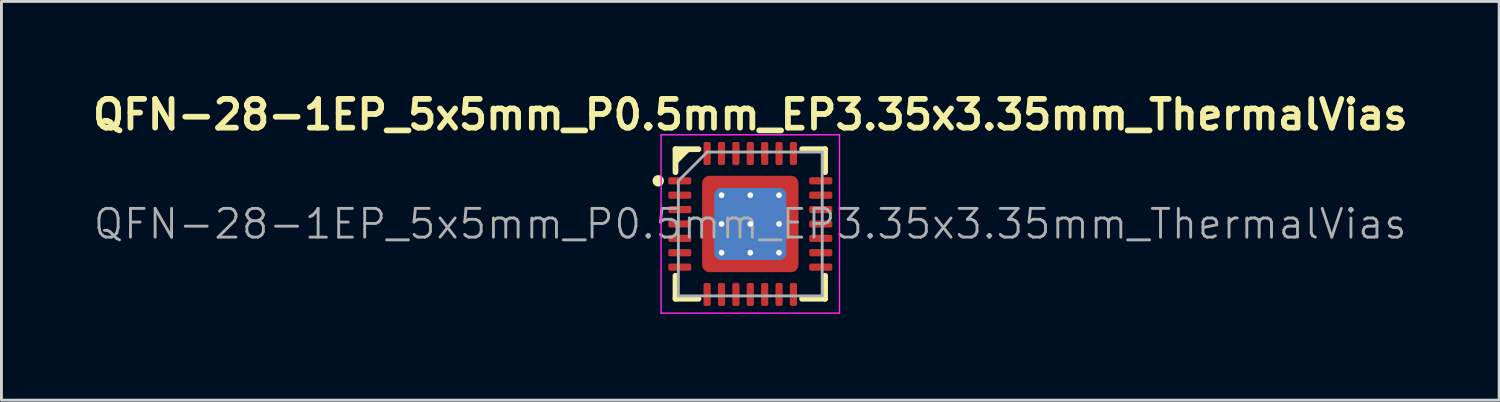
<source format=kicad_pcb>
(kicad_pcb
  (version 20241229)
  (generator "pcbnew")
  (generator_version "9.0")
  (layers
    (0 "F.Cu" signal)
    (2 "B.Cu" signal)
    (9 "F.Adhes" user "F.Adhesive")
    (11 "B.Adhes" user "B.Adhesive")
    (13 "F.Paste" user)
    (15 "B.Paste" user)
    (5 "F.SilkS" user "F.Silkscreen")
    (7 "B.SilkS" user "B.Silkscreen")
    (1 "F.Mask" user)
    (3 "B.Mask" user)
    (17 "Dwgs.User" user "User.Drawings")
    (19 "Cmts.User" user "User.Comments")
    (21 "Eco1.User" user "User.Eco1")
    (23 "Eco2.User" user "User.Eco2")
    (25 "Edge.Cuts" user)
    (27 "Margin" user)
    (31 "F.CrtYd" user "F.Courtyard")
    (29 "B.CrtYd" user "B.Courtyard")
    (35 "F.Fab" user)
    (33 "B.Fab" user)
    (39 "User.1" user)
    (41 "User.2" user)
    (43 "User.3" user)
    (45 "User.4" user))
  (footprint "QFN-28-1EP_5x5mm_P0.5mm_EP3.35x3.35mm_ThermalVias"
    (layer "F.Cu")
    (at 23.033 4.736)
    (property "Reference" "QFN-28-1EP_5x5mm_P0.5mm_EP3.35x3.35mm_ThermalVias" (at 0 -3.8 0) (layer "F.SilkS") (effects (font (size 1 1) (thickness 0.2))))
    (attr smd)
    (fp_line (start -2.6 -2.6) (end -2.6 -1.8) (stroke (width 0.2) (type solid)) (layer "F.SilkS"))
    (fp_line (start -2.6 1.8) (end -2.6 2.6) (stroke (width 0.2) (type solid)) (layer "F.SilkS"))
    (fp_line (start -2.6 2.6) (end -1.8 2.6) (stroke (width 0.2) (type solid)) (layer "F.SilkS"))
    (fp_line (start -1.8 -2.6) (end -2.6 -2.6) (stroke (width 0.2) (type solid)) (layer "F.SilkS"))
    (fp_line (start 1.8 -2.6) (end 2.6 -2.6) (stroke (width 0.2) (type solid)) (layer "F.SilkS"))
    (fp_line (start 2.6 -2.6) (end 2.6 -1.8) (stroke (width 0.2) (type solid)) (layer "F.SilkS"))
    (fp_line (start 2.6 1.8) (end 2.6 2.6) (stroke (width 0.2) (type solid)) (layer "F.SilkS"))
    (fp_line (start 2.6 2.6) (end 1.8 2.6) (stroke (width 0.2) (type solid)) (layer "F.SilkS"))
    (fp_circle (center -3.2 -1.5) (end -3.1 -1.5) (stroke (width 0.2) (type solid)) (fill no) (layer "F.SilkS"))
    (fp_poly (pts (xy -2.6 -2.1) (xy -2.1 -2.6) (xy -2.6 -2.6)) (stroke (width 0.1) (type solid)) (fill yes) (layer "F.SilkS"))
    (fp_line (start -3.1 -3.1) (end -3.1 3.1) (stroke (width 0.05) (type solid)) (layer "F.CrtYd"))
    (fp_line (start -3.1 3.1) (end 3.1 3.1) (stroke (width 0.05) (type solid)) (layer "F.CrtYd"))
    (fp_line (start 3.1 -3.1) (end -3.1 -3.1) (stroke (width 0.05) (type solid)) (layer "F.CrtYd"))
    (fp_line (start 3.1 3.1) (end 3.1 -3.1) (stroke (width 0.05) (type solid)) (layer "F.CrtYd"))
    (fp_line (start -2.5 -1.5) (end -1.5 -2.5) (stroke (width 0.1) (type solid)) (layer "F.Fab"))
    (fp_line (start -2.5 2.5) (end -2.5 -1.5) (stroke (width 0.1) (type solid)) (layer "F.Fab"))
    (fp_line (start -1.5 -2.5) (end 2.5 -2.5) (stroke (width 0.1) (type solid)) (layer "F.Fab"))
    (fp_line (start 2.5 -2.5) (end 2.5 2.5) (stroke (width 0.1) (type solid)) (layer "F.Fab"))
    (fp_line (start 2.5 2.5) (end -2.5 2.5) (stroke (width 0.1) (type solid)) (layer "F.Fab"))
    (fp_text user "${REFERENCE}" (at 0 0 0) (layer "F.Fab") (effects (font (size 1 1) (thickness 0.1))))
    (pad "" smd custom (at -1.337 -1.337) (size 0.437 0.437) (layers "F.Paste") (options (anchor circle)) (primitives (gr_poly (pts (xy -0.165 -0.165) (xy 0.165 -0.165) (xy 0.165 0.076) (xy 0.076 0.165) (xy -0.165 0.165)) (width 0.215) (fill yes))))
    (pad "" smd custom (at -1.337 -0.5) (size 0.459 0.459) (layers "F.Paste") (options (anchor circle)) (primitives (gr_poly (pts (xy -0.187 -0.318) (xy 0.116 -0.318) (xy 0.187 -0.247) (xy 0.187 0.247) (xy 0.116 0.318) (xy -0.187 0.318)) (width 0.17) (fill yes))))
    (pad "" smd custom (at -1.337 0.5) (size 0.459 0.459) (layers "F.Paste") (options (anchor circle)) (primitives (gr_poly (pts (xy -0.187 -0.318) (xy 0.116 -0.318) (xy 0.187 -0.247) (xy 0.187 0.247) (xy 0.116 0.318) (xy -0.187 0.318)) (width 0.17) (fill yes))))
    (pad "" smd custom (at -1.337 1.337) (size 0.437 0.437) (layers "F.Paste") (options (anchor circle)) (primitives (gr_poly (pts (xy -0.165 -0.165) (xy 0.076 -0.165) (xy 0.165 -0.076) (xy 0.165 0.165) (xy -0.165 0.165)) (width 0.215) (fill yes))))
    (pad "" smd custom (at -0.5 -1.337) (size 0.459 0.459) (layers "F.Paste") (options (anchor circle)) (primitives (gr_poly (pts (xy -0.318 -0.187) (xy 0.318 -0.187) (xy 0.318 0.116) (xy 0.247 0.187) (xy -0.247 0.187) (xy -0.318 0.116)) (width 0.17) (fill yes))))
    (pad "" smd roundrect (at -0.5 -0.5) (size 0.806 0.806) (layers "F.Paste") (roundrect_rratio 0.25))
    (pad "" smd roundrect (at -0.5 0.5) (size 0.806 0.806) (layers "F.Paste") (roundrect_rratio 0.25))
    (pad "" smd custom (at -0.5 1.337) (size 0.459 0.459) (layers "F.Paste") (options (anchor circle)) (primitives (gr_poly (pts (xy -0.318 -0.116) (xy -0.247 -0.187) (xy 0.247 -0.187) (xy 0.318 -0.116) (xy 0.318 0.187) (xy -0.318 0.187)) (width 0.17) (fill yes))))
    (pad "" smd custom (at 0.5 -1.337) (size 0.459 0.459) (layers "F.Paste") (options (anchor circle)) (primitives (gr_poly (pts (xy -0.318 -0.187) (xy 0.318 -0.187) (xy 0.318 0.116) (xy 0.247 0.187) (xy -0.247 0.187) (xy -0.318 0.116)) (width 0.17) (fill yes))))
    (pad "" smd roundrect (at 0.5 -0.5) (size 0.806 0.806) (layers "F.Paste") (roundrect_rratio 0.25))
    (pad "" smd roundrect (at 0.5 0.5) (size 0.806 0.806) (layers "F.Paste") (roundrect_rratio 0.25))
    (pad "" smd custom (at 0.5 1.337) (size 0.459 0.459) (layers "F.Paste") (options (anchor circle)) (primitives (gr_poly (pts (xy -0.318 -0.116) (xy -0.247 -0.187) (xy 0.247 -0.187) (xy 0.318 -0.116) (xy 0.318 0.187) (xy -0.318 0.187)) (width 0.17) (fill yes))))
    (pad "" smd custom (at 1.337 -1.337) (size 0.437 0.437) (layers "F.Paste") (options (anchor circle)) (primitives (gr_poly (pts (xy -0.165 -0.165) (xy 0.165 -0.165) (xy 0.165 0.165) (xy -0.076 0.165) (xy -0.165 0.076)) (width 0.215) (fill yes))))
    (pad "" smd custom (at 1.337 -0.5) (size 0.459 0.459) (layers "F.Paste") (options (anchor circle)) (primitives (gr_poly (pts (xy -0.187 -0.247) (xy -0.116 -0.318) (xy 0.187 -0.318) (xy 0.187 0.318) (xy -0.116 0.318) (xy -0.187 0.247)) (width 0.17) (fill yes))))
    (pad "" smd custom (at 1.337 0.5) (size 0.459 0.459) (layers "F.Paste") (options (anchor circle)) (primitives (gr_poly (pts (xy -0.187 -0.247) (xy -0.116 -0.318) (xy 0.187 -0.318) (xy 0.187 0.318) (xy -0.116 0.318) (xy -0.187 0.247)) (width 0.17) (fill yes))))
    (pad "" smd custom (at 1.337 1.337) (size 0.437 0.437) (layers "F.Paste") (options (anchor circle)) (primitives (gr_poly (pts (xy -0.165 -0.076) (xy -0.076 -0.165) (xy 0.165 -0.165) (xy 0.165 0.165) (xy -0.165 0.165)) (width 0.215) (fill yes))))
    (pad "1" smd roundrect (at -2.45 -1.5) (size 0.8 0.25) (layers "F.Cu" "F.Mask" "F.Paste") (roundrect_rratio 0.25))
    (pad "2" smd roundrect (at -2.45 -1) (size 0.8 0.25) (layers "F.Cu" "F.Mask" "F.Paste") (roundrect_rratio 0.25))
    (pad "3" smd roundrect (at -2.45 -0.5) (size 0.8 0.25) (layers "F.Cu" "F.Mask" "F.Paste") (roundrect_rratio 0.25))
    (pad "4" smd roundrect (at -2.45 0) (size 0.8 0.25) (layers "F.Cu" "F.Mask" "F.Paste") (roundrect_rratio 0.25))
    (pad "5" smd roundrect (at -2.45 0.5) (size 0.8 0.25) (layers "F.Cu" "F.Mask" "F.Paste") (roundrect_rratio 0.25))
    (pad "6" smd roundrect (at -2.45 1) (size 0.8 0.25) (layers "F.Cu" "F.Mask" "F.Paste") (roundrect_rratio 0.25))
    (pad "7" smd roundrect (at -2.45 1.5) (size 0.8 0.25) (layers "F.Cu" "F.Mask" "F.Paste") (roundrect_rratio 0.25))
    (pad "8" smd roundrect (at -1.5 2.45) (size 0.25 0.8) (layers "F.Cu" "F.Mask" "F.Paste") (roundrect_rratio 0.25))
    (pad "9" smd roundrect (at -1 2.45) (size 0.25 0.8) (layers "F.Cu" "F.Mask" "F.Paste") (roundrect_rratio 0.25))
    (pad "10" smd roundrect (at -0.5 2.45) (size 0.25 0.8) (layers "F.Cu" "F.Mask" "F.Paste") (roundrect_rratio 0.25))
    (pad "11" smd roundrect (at 0 2.45) (size 0.25 0.8) (layers "F.Cu" "F.Mask" "F.Paste") (roundrect_rratio 0.25))
    (pad "12" smd roundrect (at 0.5 2.45) (size 0.25 0.8) (layers "F.Cu" "F.Mask" "F.Paste") (roundrect_rratio 0.25))
    (pad "13" smd roundrect (at 1 2.45) (size 0.25 0.8) (layers "F.Cu" "F.Mask" "F.Paste") (roundrect_rratio 0.25))
    (pad "14" smd roundrect (at 1.5 2.45) (size 0.25 0.8) (layers "F.Cu" "F.Mask" "F.Paste") (roundrect_rratio 0.25))
    (pad "15" smd roundrect (at 2.45 1.5) (size 0.8 0.25) (layers "F.Cu" "F.Mask" "F.Paste") (roundrect_rratio 0.25))
    (pad "16" smd roundrect (at 2.45 1) (size 0.8 0.25) (layers "F.Cu" "F.Mask" "F.Paste") (roundrect_rratio 0.25))
    (pad "17" smd roundrect (at 2.45 0.5) (size 0.8 0.25) (layers "F.Cu" "F.Mask" "F.Paste") (roundrect_rratio 0.25))
    (pad "18" smd roundrect (at 2.45 0) (size 0.8 0.25) (layers "F.Cu" "F.Mask" "F.Paste") (roundrect_rratio 0.25))
    (pad "19" smd roundrect (at 2.45 -0.5) (size 0.8 0.25) (layers "F.Cu" "F.Mask" "F.Paste") (roundrect_rratio 0.25))
    (pad "20" smd roundrect (at 2.45 -1) (size 0.8 0.25) (layers "F.Cu" "F.Mask" "F.Paste") (roundrect_rratio 0.25))
    (pad "21" smd roundrect (at 2.45 -1.5) (size 0.8 0.25) (layers "F.Cu" "F.Mask" "F.Paste") (roundrect_rratio 0.25))
    (pad "22" smd roundrect (at 1.5 -2.45) (size 0.25 0.8) (layers "F.Cu" "F.Mask" "F.Paste") (roundrect_rratio 0.25))
    (pad "23" smd roundrect (at 1 -2.45) (size 0.25 0.8) (layers "F.Cu" "F.Mask" "F.Paste") (roundrect_rratio 0.25))
    (pad "24" smd roundrect (at 0.5 -2.45) (size 0.25 0.8) (layers "F.Cu" "F.Mask" "F.Paste") (roundrect_rratio 0.25))
    (pad "25" smd roundrect (at 0 -2.45) (size 0.25 0.8) (layers "F.Cu" "F.Mask" "F.Paste") (roundrect_rratio 0.25))
    (pad "26" smd roundrect (at -0.5 -2.45) (size 0.25 0.8) (layers "F.Cu" "F.Mask" "F.Paste") (roundrect_rratio 0.25))
    (pad "27" smd roundrect (at -1 -2.45) (size 0.25 0.8) (layers "F.Cu" "F.Mask" "F.Paste") (roundrect_rratio 0.25))
    (pad "28" smd roundrect (at -1.5 -2.45) (size 0.25 0.8) (layers "F.Cu" "F.Mask" "F.Paste") (roundrect_rratio 0.25))
    (pad "29" thru_hole circle (at -1 -1) (size 0.5 0.5) (drill 0.2) (layers "*.Cu"))
    (pad "29" thru_hole circle (at -1 0) (size 0.5 0.5) (drill 0.2) (layers "*.Cu"))
    (pad "29" thru_hole circle (at -1 1) (size 0.5 0.5) (drill 0.2) (layers "*.Cu"))
    (pad "29" thru_hole circle (at 0 -1) (size 0.5 0.5) (drill 0.2) (layers "*.Cu"))
    (pad "29" thru_hole circle (at 0 0) (size 0.5 0.5) (drill 0.2) (layers "*.Cu"))
    (pad "29" smd roundrect (at 0 0) (size 2.5 2.5) (layers "B.Cu") (roundrect_rratio 0.1))
    (pad "29" smd roundrect (at 0 0) (size 3.35 3.35) (layers "F.Cu" "F.Mask") (roundrect_rratio 0.075))
    (pad "29" thru_hole circle (at 0 1) (size 0.5 0.5) (drill 0.2) (layers "*.Cu"))
    (pad "29" thru_hole circle (at 1 -1) (size 0.5 0.5) (drill 0.2) (layers "*.Cu"))
    (pad "29" thru_hole circle (at 1 0) (size 0.5 0.5) (drill 0.2) (layers "*.Cu"))
    (pad "29" thru_hole circle (at 1 1) (size 0.5 0.5) (drill 0.2) (layers "*.Cu")))
  (gr_rect
    (start -3 -3)
    (end 49.067 10.861)
    (stroke (width 0.1) (type default))
    (fill no)
    (layer "Edge.Cuts")))
</source>
